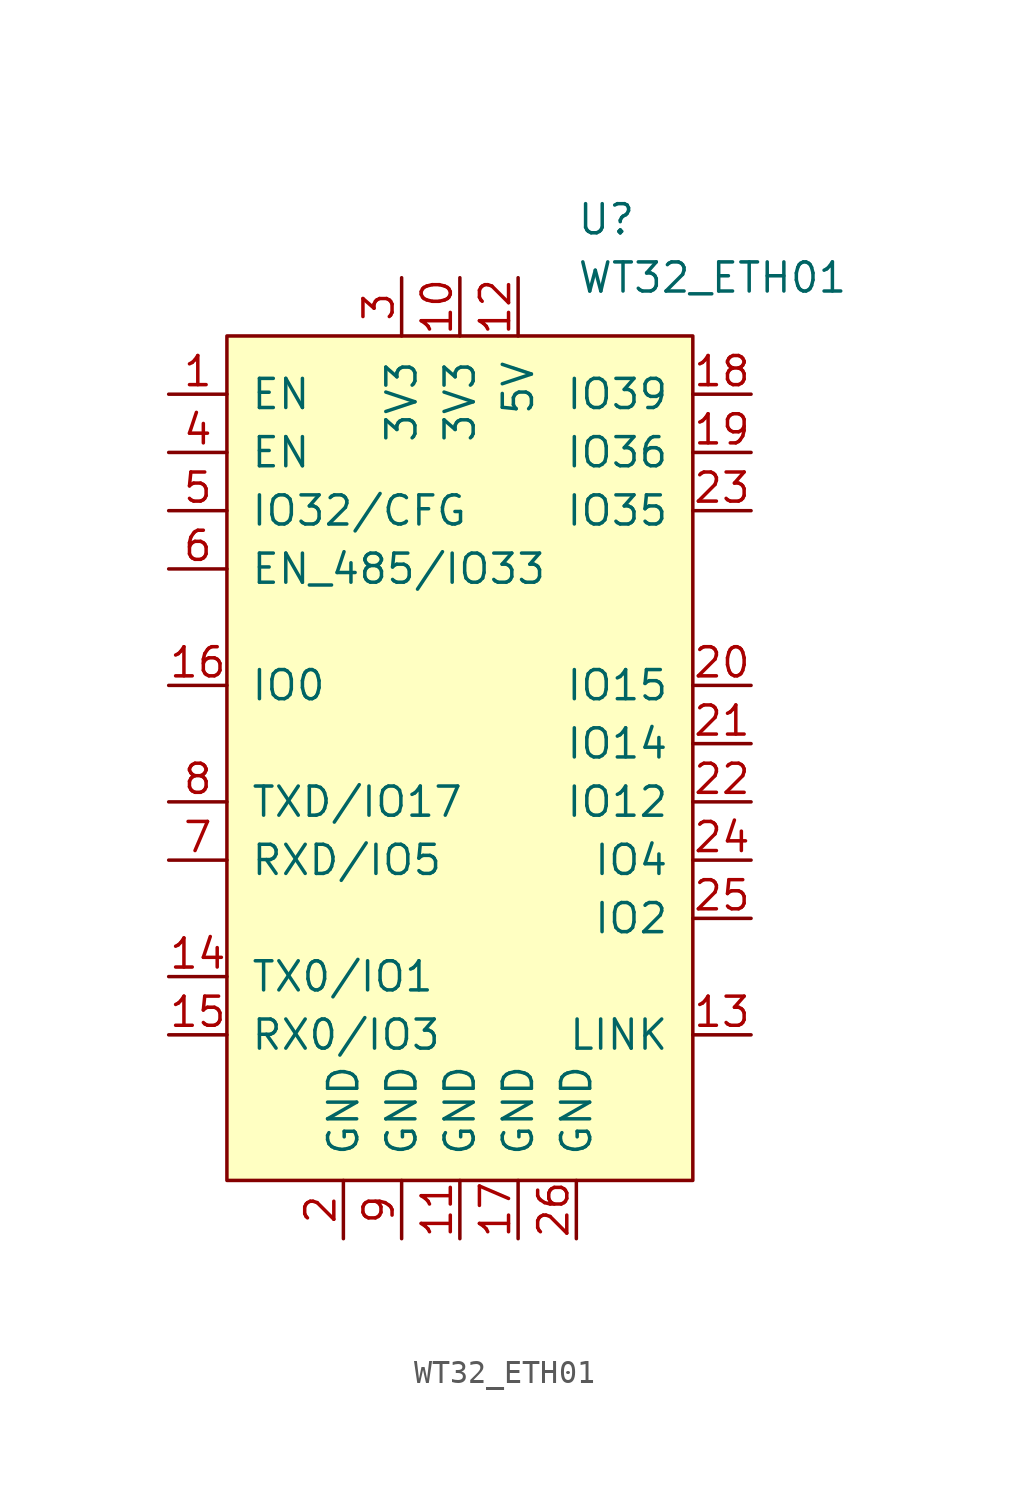
<source format=kicad_sym>
(kicad_symbol_lib
  (version 20241209)
  (generator "kicad_symbol_editor")
  (generator_version "9.0")
  (symbol "WT32_ETH01"
    (pin_names
      (offset 1.016))
    (property "Reference" "U"
      (at 5.08 -2.54 0)
      (effects (font (size 1.27 1.27)) (justify left)))
    (property "Value" "WT32_ETH01"
      (at 5.08 -5.08 0)
      (effects (font (size 1.27 1.27)) (justify left)))
    (symbol "WT32_ETH01_1_1"
      (rectangle (start -10.16 -7.62) (end 10.16 -44.45) (stroke (width 0) (type solid)) (fill (type background)))
      (pin input line (at -12.7 -10.16 0) (length 2.54) (name "EN" (effects (font (size 1.27 1.27)))) (number "1" (effects (font (size 1.27 1.27)))))
      (pin input line (at -12.7 -12.7 0) (length 2.54) (name "EN" (effects (font (size 1.27 1.27)))) (number "4" (effects (font (size 1.27 1.27)))))
      (pin input line (at -12.7 -15.24 0) (length 2.54) (name "IO32/CFG" (effects (font (size 1.27 1.27)))) (number "5" (effects (font (size 1.27 1.27)))))
      (pin input line (at -12.7 -17.78 0) (length 2.54) (name "EN_485/IO33" (effects (font (size 1.27 1.27)))) (number "6" (effects (font (size 1.27 1.27)))))
      (pin input line (at -12.7 -22.86 0) (length 2.54) (name "IO0" (effects (font (size 1.27 1.27)))) (number "16" (effects (font (size 1.27 1.27)))))
      (pin input line (at -12.7 -27.94 0) (length 2.54) (name "TXD/IO17" (effects (font (size 1.27 1.27)))) (number "8" (effects (font (size 1.27 1.27)))))
      (pin input line (at -12.7 -30.48 0) (length 2.54) (name "RXD/IO5" (effects (font (size 1.27 1.27)))) (number "7" (effects (font (size 1.27 1.27)))))
      (pin input line (at -12.7 -35.56 0) (length 2.54) (name "TX0/IO1" (effects (font (size 1.27 1.27)))) (number "14" (effects (font (size 1.27 1.27)))))
      (pin input line (at -12.7 -38.1 0) (length 2.54) (name "RX0/IO3" (effects (font (size 1.27 1.27)))) (number "15" (effects (font (size 1.27 1.27)))))
      (pin power_in line (at -5.08 -46.99 90) (length 2.54) (name "GND" (effects (font (size 1.27 1.27)))) (number "2" (effects (font (size 1.27 1.27)))))
      (pin power_in line (at -2.54 -5.08 270) (length 2.54) (name "3V3" (effects (font (size 1.27 1.27)))) (number "3" (effects (font (size 1.27 1.27)))))
      (pin power_in line (at -2.54 -46.99 90) (length 2.54) (name "GND" (effects (font (size 1.27 1.27)))) (number "9" (effects (font (size 1.27 1.27)))))
      (pin power_in line (at 0 -5.08 270) (length 2.54) (name "3V3" (effects (font (size 1.27 1.27)))) (number "10" (effects (font (size 1.27 1.27)))))
      (pin power_in line (at 0 -46.99 90) (length 2.54) (name "GND" (effects (font (size 1.27 1.27)))) (number "11" (effects (font (size 1.27 1.27)))))
      (pin power_in line (at 2.54 -5.08 270) (length 2.54) (name "5V" (effects (font (size 1.27 1.27)))) (number "12" (effects (font (size 1.27 1.27)))))
      (pin input line (at 2.54 -46.99 90) (length 2.54) (name "GND" (effects (font (size 1.27 1.27)))) (number "17" (effects (font (size 1.27 1.27)))))
      (pin input line (at 5.08 -46.99 90) (length 2.54) (name "GND" (effects (font (size 1.27 1.27)))) (number "26" (effects (font (size 1.27 1.27)))))
      (pin input line (at 12.7 -10.16 180) (length 2.54) (name "IO39" (effects (font (size 1.27 1.27)))) (number "18" (effects (font (size 1.27 1.27)))))
      (pin input line (at 12.7 -12.7 180) (length 2.54) (name "IO36" (effects (font (size 1.27 1.27)))) (number "19" (effects (font (size 1.27 1.27)))))
      (pin input line (at 12.7 -15.24 180) (length 2.54) (name "IO35" (effects (font (size 1.27 1.27)))) (number "23" (effects (font (size 1.27 1.27)))))
      (pin bidirectional line (at 12.7 -22.86 180) (length 2.54) (name "IO15" (effects (font (size 1.27 1.27)))) (number "20" (effects (font (size 1.27 1.27)))))
      (pin bidirectional line (at 12.7 -25.4 180) (length 2.54) (name "IO14" (effects (font (size 1.27 1.27)))) (number "21" (effects (font (size 1.27 1.27)))))
      (pin bidirectional line (at 12.7 -27.94 180) (length 2.54) (name "IO12" (effects (font (size 1.27 1.27)))) (number "22" (effects (font (size 1.27 1.27)))))
      (pin bidirectional line (at 12.7 -30.48 180) (length 2.54) (name "IO4" (effects (font (size 1.27 1.27)))) (number "24" (effects (font (size 1.27 1.27)))))
      (pin bidirectional line (at 12.7 -33.02 180) (length 2.54) (name "IO2" (effects (font (size 1.27 1.27)))) (number "25" (effects (font (size 1.27 1.27)))))
      (pin output line (at 12.7 -38.1 180) (length 2.54) (name "LINK" (effects (font (size 1.27 1.27)))) (number "13" (effects (font (size 1.27 1.27))))))))
</source>
